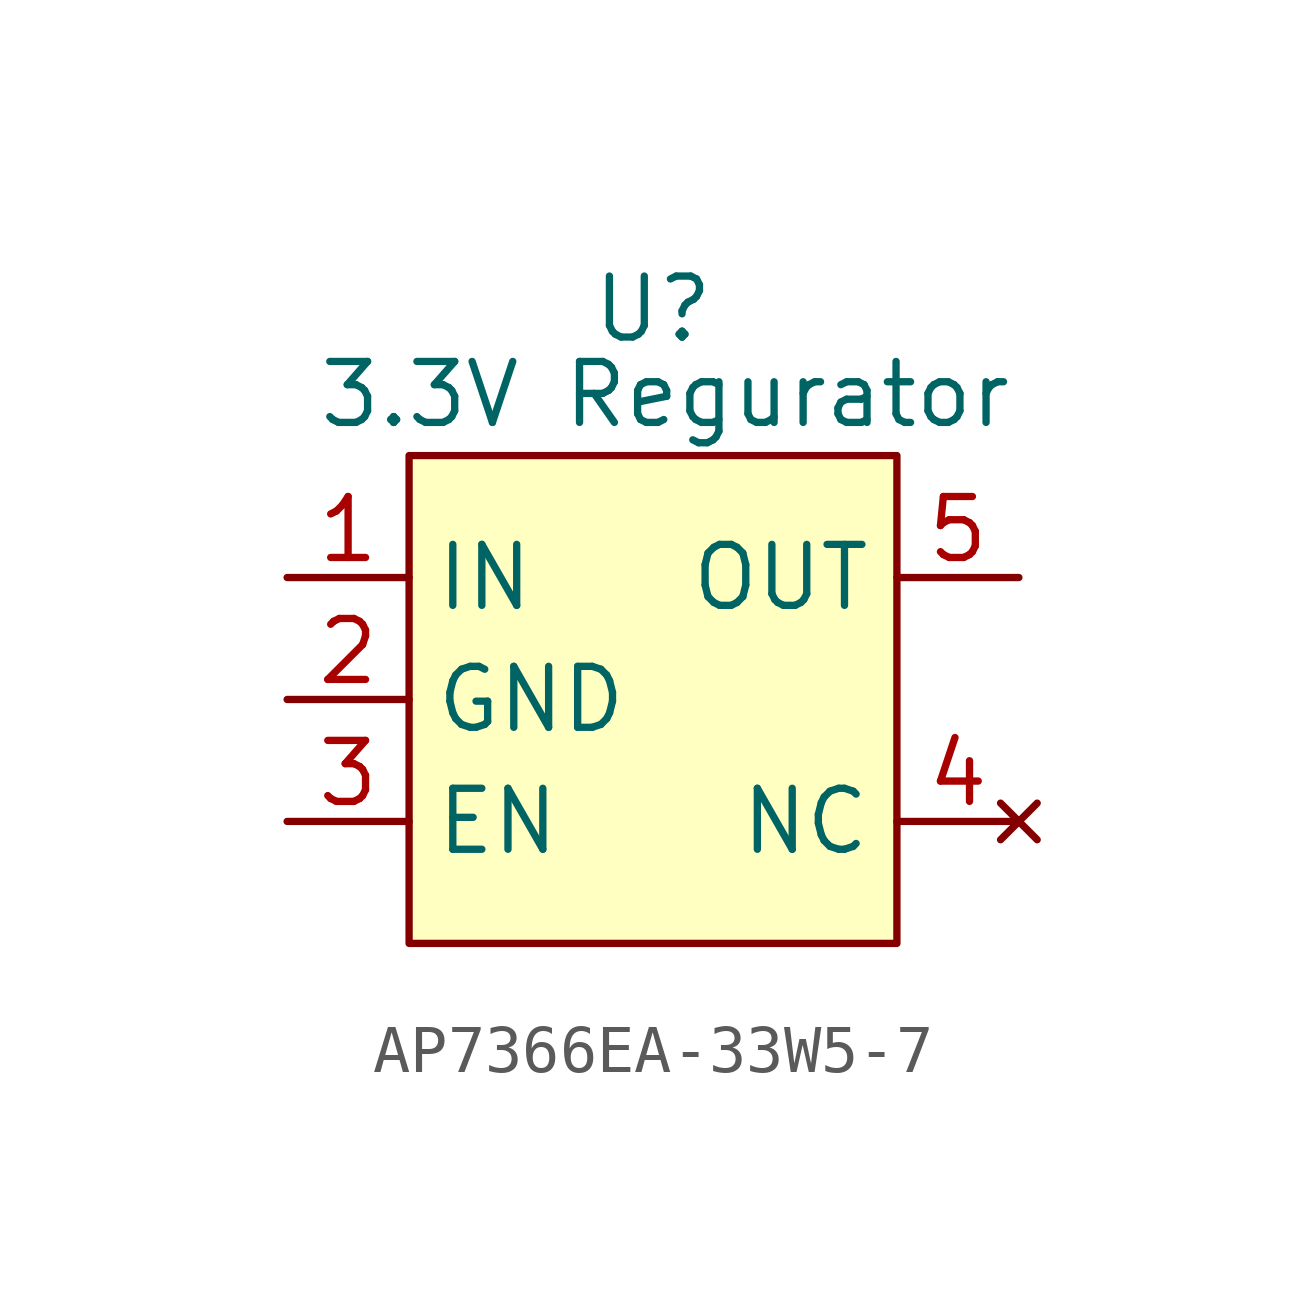
<source format=kicad_sym>
(kicad_symbol_lib
  (version 20241209)
  (generator "kicad_symbol_editor")
  (generator_version "9.0")
  (symbol "AP7366EA-33W5-7"
    (property "Reference" "U"
      (at 0 5.588 0)
      (effects (font (size 1.27 1.27))))
    (property "Value" "3.3V Regurator"
      (at 0.254 3.81 0)
      (effects (font (size 1.27 1.27))))
    (symbol "AP7366EA-33W5-7_1_1"
      (rectangle (start -5.08 2.54) (end 5.08 -7.62) (stroke (width 0) (type solid)) (fill (type background)))
      (pin power_in line (at -7.62 0 0) (length 2.54) (name "IN" (effects (font (size 1.27 1.27)))) (number "1" (effects (font (size 1.27 1.27)))))
      (pin power_out line (at -7.62 -2.54 0) (length 2.54) (name "GND" (effects (font (size 1.27 1.27)))) (number "2" (effects (font (size 1.27 1.27)))))
      (pin passive line (at -7.62 -5.08 0) (length 2.54) (name "EN" (effects (font (size 1.27 1.27)))) (number "3" (effects (font (size 1.27 1.27)))))
      (pin power_out line (at 7.62 0 180) (length 2.54) (name "OUT" (effects (font (size 1.27 1.27)))) (number "5" (effects (font (size 1.27 1.27)))))
      (pin no_connect line (at 7.62 -5.08 180) (length 2.54) (name "NC" (effects (font (size 1.27 1.27)))) (number "4" (effects (font (size 1.27 1.27))))))))
</source>
